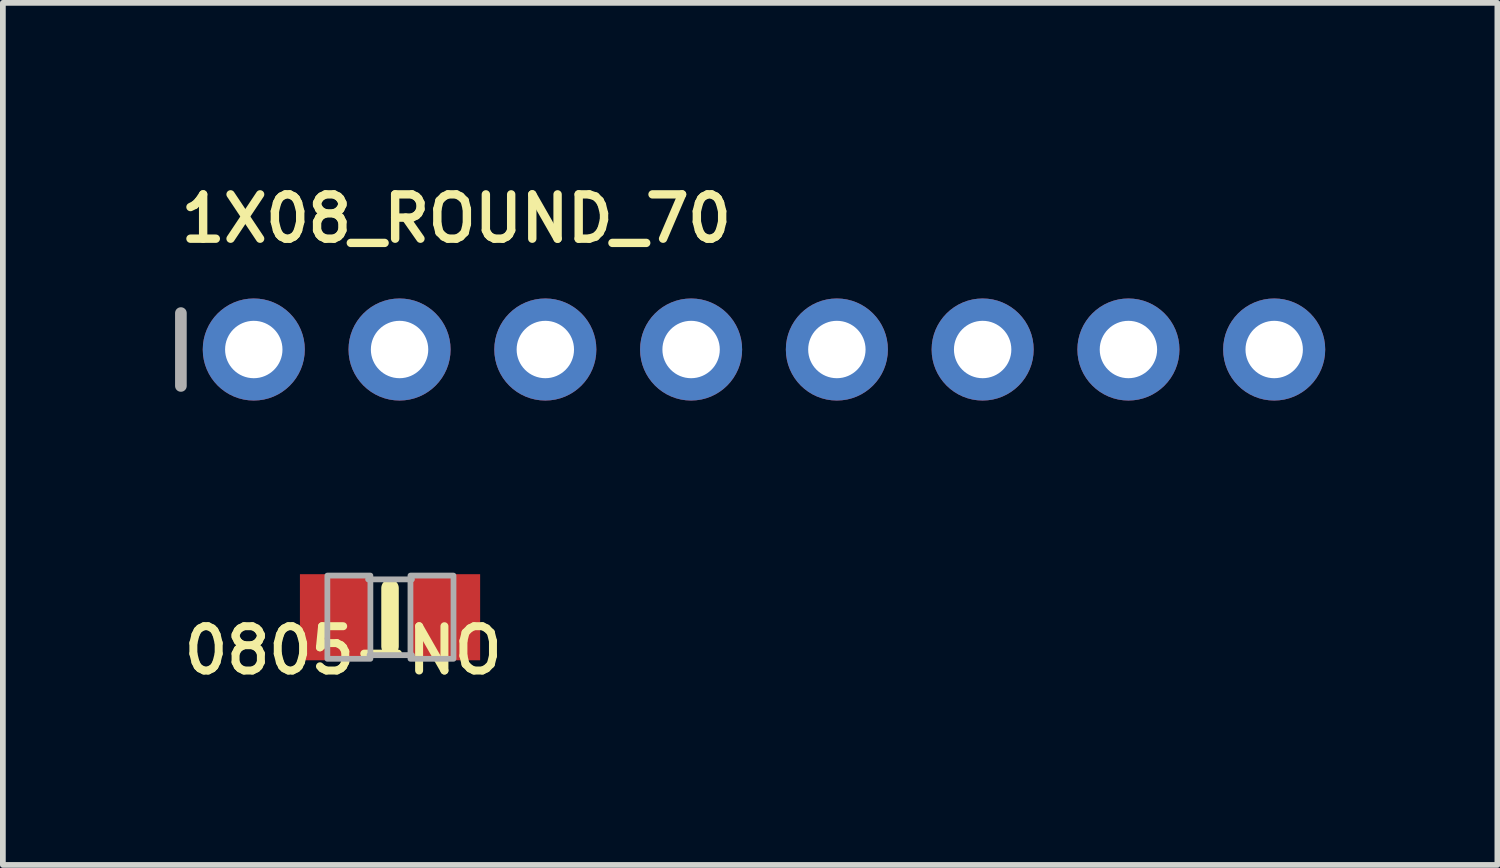
<source format=kicad_pcb>
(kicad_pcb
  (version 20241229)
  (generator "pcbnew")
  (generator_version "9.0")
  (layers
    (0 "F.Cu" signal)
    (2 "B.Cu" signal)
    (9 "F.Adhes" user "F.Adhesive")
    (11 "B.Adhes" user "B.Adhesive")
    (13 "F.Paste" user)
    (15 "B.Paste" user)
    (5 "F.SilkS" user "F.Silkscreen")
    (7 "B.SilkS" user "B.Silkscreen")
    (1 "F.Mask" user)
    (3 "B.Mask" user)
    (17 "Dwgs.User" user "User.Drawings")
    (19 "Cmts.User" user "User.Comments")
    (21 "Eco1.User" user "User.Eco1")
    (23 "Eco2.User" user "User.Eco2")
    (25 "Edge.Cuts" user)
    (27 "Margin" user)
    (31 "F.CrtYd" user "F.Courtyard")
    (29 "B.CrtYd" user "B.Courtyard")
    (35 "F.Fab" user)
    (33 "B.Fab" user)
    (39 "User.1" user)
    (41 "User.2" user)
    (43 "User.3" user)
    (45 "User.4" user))
  (footprint "0805-NO"
    (layer "F.Cu")
    (at 3.746 7.705)
    (property "Reference" "0805-NO" (at 2.032 0.127 180) (layer "F.SilkS") (effects (font (size 0.772 0.772) (thickness 0.139)) (justify right top)))
    (attr through_hole)
    (fp_line (start 0 -0.508) (end 0 0.508) (stroke (width 0.305) (type solid)) (layer "F.SilkS"))
    (fp_line (start -0.381 -0.66) (end 0.381 -0.66) (stroke (width 0.102) (type solid)) (layer "F.Fab"))
    (fp_line (start -0.356 0.66) (end 0.381 0.66) (stroke (width 0.102) (type solid)) (layer "F.Fab"))
    (fp_poly (pts (xy -1.092 0.724) (xy -0.342 0.724) (xy -0.342 -0.726) (xy -1.092 -0.726)) (stroke (width 0.1) (type solid)) (fill no) (layer "F.Fab"))
    (fp_poly (pts (xy 0.356 0.724) (xy 1.106 0.724) (xy 1.106 -0.726) (xy 0.356 -0.726)) (stroke (width 0.1) (type solid)) (fill no) (layer "F.Fab"))
    (pad "1" smd rect (at -0.95 0) (size 1.24 1.5) (layers "F.Cu" "F.Mask" "F.Paste"))
    (pad "2" smd rect (at 0.95 0) (size 1.24 1.5) (layers "F.Cu" "F.Mask" "F.Paste")))
  (footprint "1X08_ROUND_70"
    (layer "F.Cu")
    (at 10.262 3.04)
    (property "Reference" "1X08_ROUND_70" (at -10.236 -1.829 0) (layer "F.SilkS") (effects (font (size 0.772 0.772) (thickness 0.146)) (justify left bottom)))
    (attr through_hole)
    (fp_line (start -10.16 -0.635) (end -10.16 0.635) (stroke (width 0.203) (type solid)) (layer "F.Fab"))
    (fp_poly (pts (xy -9.144 0.254) (xy -8.636 0.254) (xy -8.636 -0.254) (xy -9.144 -0.254)) (stroke (width 0.1) (type solid)) (fill no) (layer "F.Fab"))
    (fp_poly (pts (xy -6.604 0.254) (xy -6.096 0.254) (xy -6.096 -0.254) (xy -6.604 -0.254)) (stroke (width 0.1) (type solid)) (fill no) (layer "F.Fab"))
    (fp_poly (pts (xy -4.064 0.254) (xy -3.556 0.254) (xy -3.556 -0.254) (xy -4.064 -0.254)) (stroke (width 0.1) (type solid)) (fill no) (layer "F.Fab"))
    (fp_poly (pts (xy -1.524 0.254) (xy -1.016 0.254) (xy -1.016 -0.254) (xy -1.524 -0.254)) (stroke (width 0.1) (type solid)) (fill no) (layer "F.Fab"))
    (fp_poly (pts (xy 1.016 0.254) (xy 1.524 0.254) (xy 1.524 -0.254) (xy 1.016 -0.254)) (stroke (width 0.1) (type solid)) (fill no) (layer "F.Fab"))
    (fp_poly (pts (xy 3.556 0.254) (xy 4.064 0.254) (xy 4.064 -0.254) (xy 3.556 -0.254)) (stroke (width 0.1) (type solid)) (fill no) (layer "F.Fab"))
    (fp_poly (pts (xy 6.096 0.254) (xy 6.604 0.254) (xy 6.604 -0.254) (xy 6.096 -0.254)) (stroke (width 0.1) (type solid)) (fill no) (layer "F.Fab"))
    (fp_poly (pts (xy 8.636 0.254) (xy 9.144 0.254) (xy 9.144 -0.254) (xy 8.636 -0.254)) (stroke (width 0.1) (type solid)) (fill no) (layer "F.Fab"))
    (pad "1" thru_hole circle (at -8.89 0 90) (size 1.778 1.778) (drill 1) (layers "*.Cu" "*.Mask"))
    (pad "2" thru_hole circle (at -6.35 0 90) (size 1.778 1.778) (drill 1) (layers "*.Cu" "*.Mask"))
    (pad "3" thru_hole circle (at -3.81 0 90) (size 1.778 1.778) (drill 1) (layers "*.Cu" "*.Mask"))
    (pad "4" thru_hole circle (at -1.27 0 90) (size 1.778 1.778) (drill 1) (layers "*.Cu" "*.Mask"))
    (pad "5" thru_hole circle (at 1.27 0 90) (size 1.778 1.778) (drill 1) (layers "*.Cu" "*.Mask"))
    (pad "6" thru_hole circle (at 3.81 0 90) (size 1.778 1.778) (drill 1) (layers "*.Cu" "*.Mask"))
    (pad "7" thru_hole circle (at 6.35 0 90) (size 1.778 1.778) (drill 1) (layers "*.Cu" "*.Mask"))
    (pad "8" thru_hole circle (at 8.89 0 90) (size 1.778 1.778) (drill 1) (layers "*.Cu" "*.Mask")))
  (gr_rect
    (start -3 -3)
    (end 23.041 12.021)
    (stroke (width 0.1) (type default))
    (fill no)
    (layer "Edge.Cuts")))
</source>
